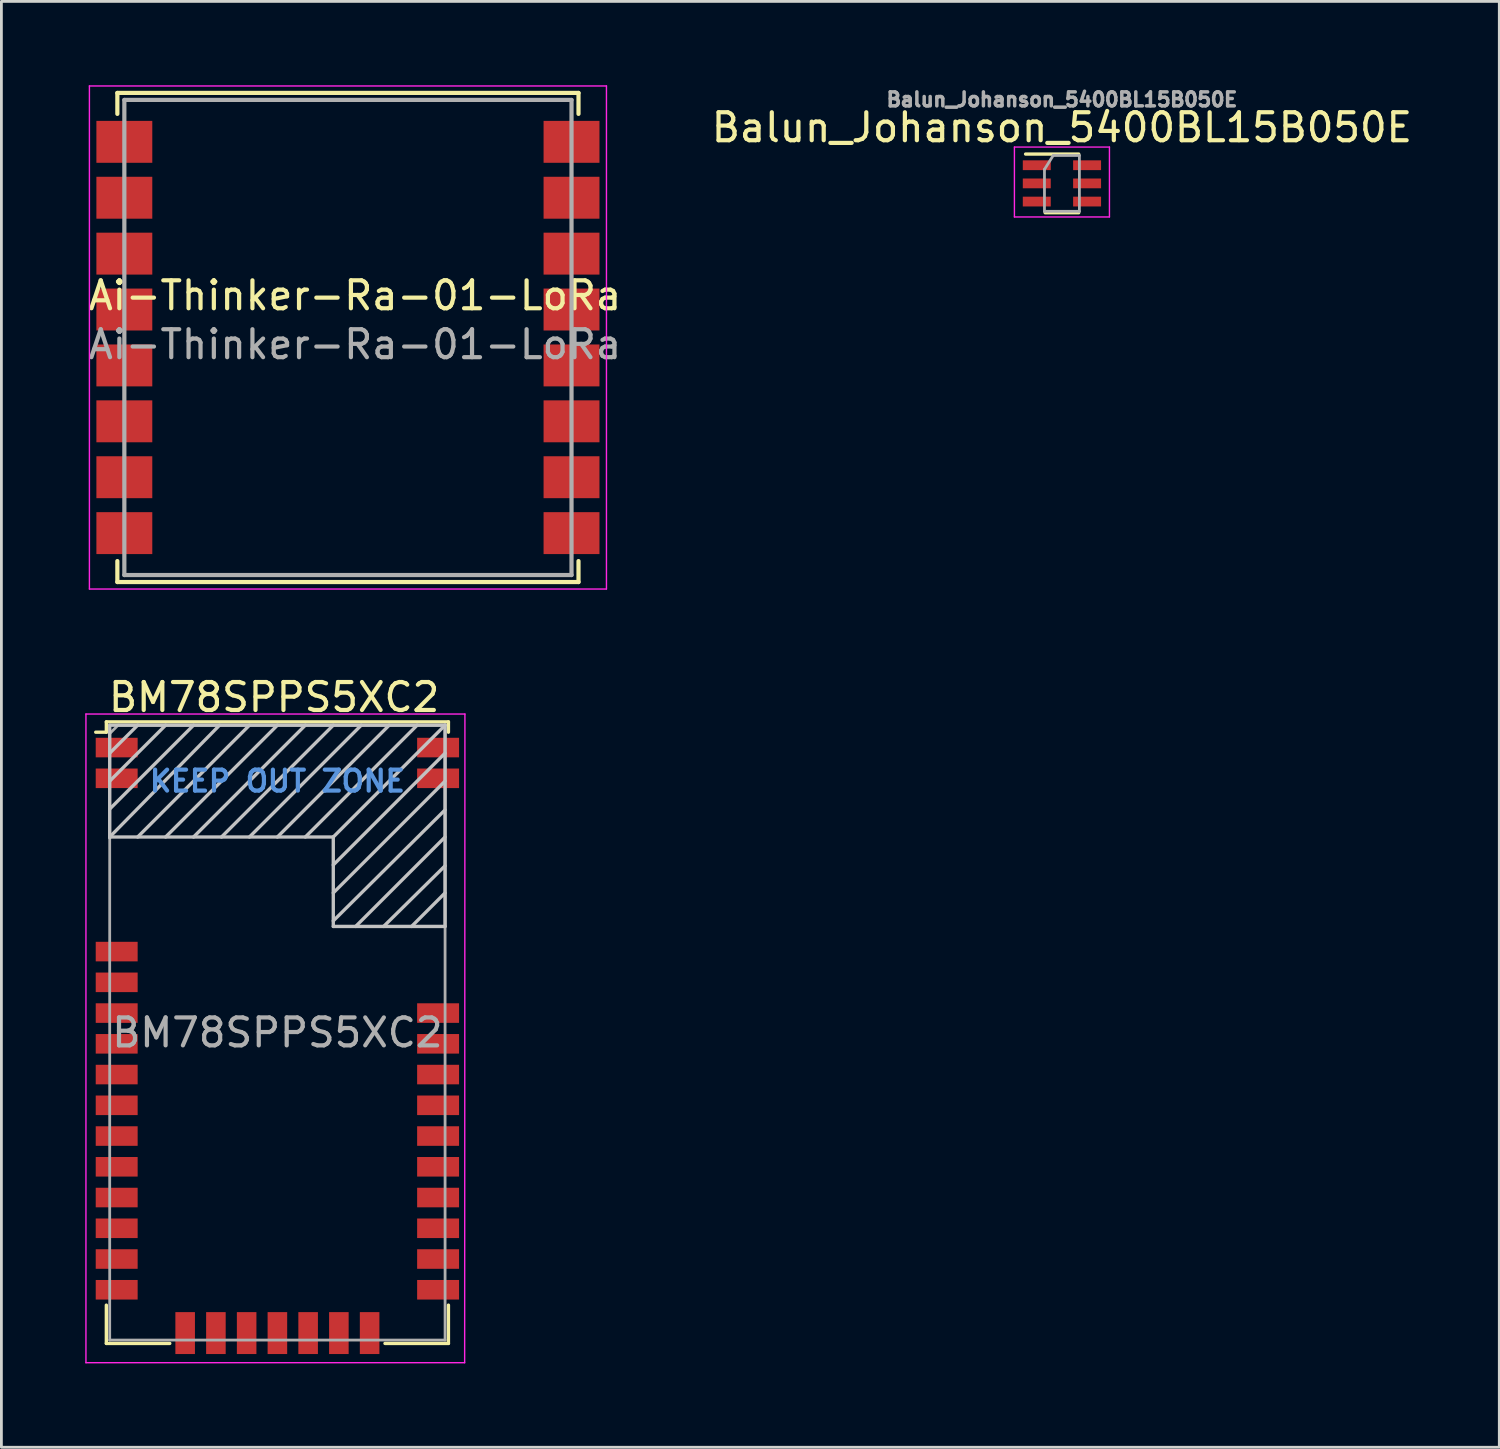
<source format=kicad_pcb>
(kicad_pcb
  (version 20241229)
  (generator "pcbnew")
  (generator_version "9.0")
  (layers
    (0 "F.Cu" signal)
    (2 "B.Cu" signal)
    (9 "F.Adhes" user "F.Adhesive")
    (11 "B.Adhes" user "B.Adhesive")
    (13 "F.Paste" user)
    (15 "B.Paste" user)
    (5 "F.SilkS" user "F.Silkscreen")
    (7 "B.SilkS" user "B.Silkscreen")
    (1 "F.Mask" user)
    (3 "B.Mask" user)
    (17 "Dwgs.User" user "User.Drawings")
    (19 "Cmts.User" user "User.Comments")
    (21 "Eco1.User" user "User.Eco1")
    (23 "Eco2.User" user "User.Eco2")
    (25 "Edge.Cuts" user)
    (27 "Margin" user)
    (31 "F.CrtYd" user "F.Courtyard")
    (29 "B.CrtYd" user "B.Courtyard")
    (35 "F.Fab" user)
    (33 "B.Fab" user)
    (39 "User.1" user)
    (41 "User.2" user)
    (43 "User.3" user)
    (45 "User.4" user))
  (footprint "Ai-Thinker-Ra-01-LoRa"
    (layer "F.Cu")
    (at 1.399 2.025)
    (property "Reference" "Ai-Thinker-Ra-01-LoRa" (at 8.25 5.5 0) (layer "F.SilkS") (effects (font (size 1 1) (thickness 0.15))))
    (attr smd)
    (fp_line (start -0.25 -1.75) (end 16.25 -1.75) (stroke (width 0.15) (type solid)) (layer "F.SilkS"))
    (fp_line (start -0.25 -1) (end -0.25 -1.75) (stroke (width 0.15) (type solid)) (layer "F.SilkS"))
    (fp_line (start -0.25 15) (end -0.25 15.75) (stroke (width 0.15) (type solid)) (layer "F.SilkS"))
    (fp_line (start -0.25 15.75) (end 16.25 15.75) (stroke (width 0.15) (type solid)) (layer "F.SilkS"))
    (fp_line (start 16.25 -1.75) (end 16.25 -1) (stroke (width 0.15) (type solid)) (layer "F.SilkS"))
    (fp_line (start 16.25 15.75) (end 16.25 15) (stroke (width 0.15) (type solid)) (layer "F.SilkS"))
    (fp_line (start -1.25 -2) (end 17.25 -2) (stroke (width 0.05) (type solid)) (layer "F.CrtYd"))
    (fp_line (start -1.25 16) (end -1.25 -2) (stroke (width 0.05) (type solid)) (layer "F.CrtYd"))
    (fp_line (start 17.25 -2) (end 17.25 16) (stroke (width 0.05) (type solid)) (layer "F.CrtYd"))
    (fp_line (start 17.25 16) (end -1.25 16) (stroke (width 0.05) (type solid)) (layer "F.CrtYd"))
    (fp_line (start 0 -1.5) (end 16 -1.5) (stroke (width 0.15) (type solid)) (layer "F.Fab"))
    (fp_line (start 0 15.5) (end 0 -1.5) (stroke (width 0.15) (type solid)) (layer "F.Fab"))
    (fp_line (start 16 -1.5) (end 16 15.5) (stroke (width 0.15) (type solid)) (layer "F.Fab"))
    (fp_line (start 16 15.5) (end 0 15.5) (stroke (width 0.15) (type solid)) (layer "F.Fab"))
    (fp_text user "${REFERENCE}" (at 8.25 7.25 0) (layer "F.Fab") (effects (font (size 1 1) (thickness 0.15))))
    (pad "1" smd rect (at 0 0) (size 2 1.5) (layers "F.Cu" "F.Mask" "F.Paste"))
    (pad "2" smd rect (at 0 2) (size 2 1.5) (layers "F.Cu" "F.Mask" "F.Paste"))
    (pad "3" smd rect (at 0 4) (size 2 1.5) (layers "F.Cu" "F.Mask" "F.Paste"))
    (pad "4" smd rect (at 0 6) (size 2 1.5) (layers "F.Cu" "F.Mask" "F.Paste"))
    (pad "5" smd rect (at 0 8) (size 2 1.5) (layers "F.Cu" "F.Mask" "F.Paste"))
    (pad "6" smd rect (at 0 10) (size 2 1.5) (layers "F.Cu" "F.Mask" "F.Paste"))
    (pad "7" smd rect (at 0 12) (size 2 1.5) (layers "F.Cu" "F.Mask" "F.Paste"))
    (pad "8" smd rect (at 0 14) (size 2 1.5) (layers "F.Cu" "F.Mask" "F.Paste"))
    (pad "9" smd rect (at 16 14) (size 2 1.5) (layers "F.Cu" "F.Mask" "F.Paste"))
    (pad "10" smd rect (at 16 12) (size 2 1.5) (layers "F.Cu" "F.Mask" "F.Paste"))
    (pad "11" smd rect (at 16 10) (size 2 1.5) (layers "F.Cu" "F.Mask" "F.Paste"))
    (pad "12" smd rect (at 16 8) (size 2 1.5) (layers "F.Cu" "F.Mask" "F.Paste"))
    (pad "13" smd rect (at 16 6) (size 2 1.5) (layers "F.Cu" "F.Mask" "F.Paste"))
    (pad "14" smd rect (at 16 4) (size 2 1.5) (layers "F.Cu" "F.Mask" "F.Paste"))
    (pad "15" smd rect (at 16 2) (size 2 1.5) (layers "F.Cu" "F.Mask" "F.Paste"))
    (pad "16" smd rect (at 16 0) (size 2 1.5) (layers "F.Cu" "F.Mask" "F.Paste")))
  (footprint "BM78SPPS5XC2"
    (layer "F.Cu")
    (at 6.875 33.898)
    (property "Reference" "BM78SPPS5XC2" (at -6.12 -12 180) (layer "F.SilkS") (effects (font (size 1 1) (thickness 0.15)) (justify left)))
    (attr smd)
    (fp_line (start -6.12 -11.12) (end -6.12 -10.75) (stroke (width 0.12) (type solid)) (layer "F.SilkS"))
    (fp_line (start -6.12 -11.12) (end 6.12 -11.12) (stroke (width 0.12) (type solid)) (layer "F.SilkS"))
    (fp_line (start -6.12 -10.75) (end -6.5 -10.75) (stroke (width 0.12) (type solid)) (layer "F.SilkS"))
    (fp_line (start -6.12 9.75) (end -6.12 11.12) (stroke (width 0.12) (type solid)) (layer "F.SilkS"))
    (fp_line (start -6.12 11.12) (end -3.85 11.12) (stroke (width 0.12) (type solid)) (layer "F.SilkS"))
    (fp_line (start 6.12 -11.12) (end 6.12 -10.75) (stroke (width 0.12) (type solid)) (layer "F.SilkS"))
    (fp_line (start 6.12 11.12) (end 3.85 11.12) (stroke (width 0.12) (type solid)) (layer "F.SilkS"))
    (fp_line (start 6.12 11.12) (end 6.12 9.75) (stroke (width 0.12) (type solid)) (layer "F.SilkS"))
    (fp_line (start -6 -11) (end -6 -6.97) (stroke (width 0.12) (type solid)) (layer "Dwgs.User"))
    (fp_line (start -6 -7) (end 2 -7) (stroke (width 0.12) (type solid)) (layer "Dwgs.User"))
    (fp_line (start -5 -11) (end -6 -10) (stroke (width 0.12) (type solid)) (layer "Dwgs.User"))
    (fp_line (start -4 -11) (end -6 -9) (stroke (width 0.12) (type solid)) (layer "Dwgs.User"))
    (fp_line (start -3 -11) (end -6 -8) (stroke (width 0.12) (type solid)) (layer "Dwgs.User"))
    (fp_line (start -2.07 -11) (end -6 -7) (stroke (width 0.12) (type solid)) (layer "Dwgs.User"))
    (fp_line (start -1 -11) (end -5 -7) (stroke (width 0.12) (type solid)) (layer "Dwgs.User"))
    (fp_line (start 0 -11) (end -4 -7) (stroke (width 0.12) (type solid)) (layer "Dwgs.User"))
    (fp_line (start 1 -11) (end -3 -7) (stroke (width 0.12) (type solid)) (layer "Dwgs.User"))
    (fp_line (start 2 -11) (end -2 -7) (stroke (width 0.12) (type solid)) (layer "Dwgs.User"))
    (fp_line (start 2 -7) (end 2 -3.8) (stroke (width 0.12) (type solid)) (layer "Dwgs.User"))
    (fp_line (start 2 -6) (end 6 -10) (stroke (width 0.12) (type solid)) (layer "Dwgs.User"))
    (fp_line (start 2 -4) (end 6 -7.97) (stroke (width 0.12) (type solid)) (layer "Dwgs.User"))
    (fp_line (start 2 -3.8) (end 6 -3.8) (stroke (width 0.12) (type solid)) (layer "Dwgs.User"))
    (fp_line (start 3 -11) (end -1 -7) (stroke (width 0.12) (type solid)) (layer "Dwgs.User"))
    (fp_line (start 3.8 -3.8) (end 6 -5.97) (stroke (width 0.12) (type solid)) (layer "Dwgs.User"))
    (fp_line (start 4 -11) (end 0 -7) (stroke (width 0.12) (type solid)) (layer "Dwgs.User"))
    (fp_line (start 5 -11) (end 1 -7) (stroke (width 0.12) (type solid)) (layer "Dwgs.User"))
    (fp_line (start 6 -11) (end -6 -11) (stroke (width 0.12) (type solid)) (layer "Dwgs.User"))
    (fp_line (start 6 -11) (end 2 -7) (stroke (width 0.12) (type solid)) (layer "Dwgs.User"))
    (fp_line (start 6 -9) (end 2 -5) (stroke (width 0.12) (type solid)) (layer "Dwgs.User"))
    (fp_line (start 6 -7) (end 2.8 -3.8) (stroke (width 0.12) (type solid)) (layer "Dwgs.User"))
    (fp_line (start 6 -5) (end 4.8 -3.8) (stroke (width 0.12) (type solid)) (layer "Dwgs.User"))
    (fp_line (start 6 -3.8) (end 6 -11) (stroke (width 0.12) (type solid)) (layer "Dwgs.User"))
    (fp_line (start -6.85 -11.4) (end 6.71 -11.4) (stroke (width 0.05) (type solid)) (layer "F.CrtYd"))
    (fp_line (start -6.85 11.81) (end -6.85 -11.4) (stroke (width 0.05) (type solid)) (layer "F.CrtYd"))
    (fp_line (start 6.7 11.81) (end -6.85 11.81) (stroke (width 0.05) (type solid)) (layer "F.CrtYd"))
    (fp_line (start 6.71 -11.4) (end 6.7 11.81) (stroke (width 0.05) (type solid)) (layer "F.CrtYd"))
    (fp_line (start -6 -10.7) (end -6 11) (stroke (width 0.1) (type solid)) (layer "F.Fab"))
    (fp_line (start -6 11) (end 6 11) (stroke (width 0.1) (type solid)) (layer "F.Fab"))
    (fp_line (start -5.7 -11) (end -6 -10.7) (stroke (width 0.1) (type solid)) (layer "F.Fab"))
    (fp_line (start 6 -11) (end -5.7 -11) (stroke (width 0.1) (type solid)) (layer "F.Fab"))
    (fp_line (start 6 11) (end 6 -11) (stroke (width 0.1) (type solid)) (layer "F.Fab"))
    (fp_text user "KEEP OUT ZONE" (at 0 -9 0) (layer "Cmts.User") (effects (font (size 0.75 0.75) (thickness 0.15))))
    (fp_text user "${REFERENCE}" (at 0 0 0) (layer "F.Fab") (effects (font (size 1 1) (thickness 0.15))))
    (pad "1" smd rect (at -5.75 -10.2 270) (size 0.7 1.5) (layers "F.Cu" "F.Mask" "F.Paste"))
    (pad "2" smd rect (at -5.75 -9.1 270) (size 0.7 1.5) (layers "F.Cu" "F.Mask" "F.Paste"))
    (pad "3" smd rect (at -5.75 -2.9 270) (size 0.7 1.5) (layers "F.Cu" "F.Mask" "F.Paste"))
    (pad "4" smd rect (at -5.75 -1.8 270) (size 0.7 1.5) (layers "F.Cu" "F.Mask" "F.Paste"))
    (pad "5" smd rect (at -5.75 -0.7 270) (size 0.7 1.5) (layers "F.Cu" "F.Mask" "F.Paste"))
    (pad "6" smd rect (at -5.75 0.4 270) (size 0.7 1.5) (layers "F.Cu" "F.Mask" "F.Paste"))
    (pad "7" smd rect (at -5.75 1.5 270) (size 0.7 1.5) (layers "F.Cu" "F.Mask" "F.Paste"))
    (pad "8" smd rect (at -5.75 2.6 270) (size 0.7 1.5) (layers "F.Cu" "F.Mask" "F.Paste"))
    (pad "9" smd rect (at -5.75 3.7 270) (size 0.7 1.5) (layers "F.Cu" "F.Mask" "F.Paste"))
    (pad "10" smd rect (at -5.75 4.8 270) (size 0.7 1.5) (layers "F.Cu" "F.Mask" "F.Paste"))
    (pad "11" smd rect (at -5.75 5.9 270) (size 0.7 1.5) (layers "F.Cu" "F.Mask" "F.Paste"))
    (pad "12" smd rect (at -5.75 7 270) (size 0.7 1.5) (layers "F.Cu" "F.Mask" "F.Paste"))
    (pad "13" smd rect (at -5.75 8.1 270) (size 0.7 1.5) (layers "F.Cu" "F.Mask" "F.Paste"))
    (pad "14" smd rect (at -5.75 9.2 270) (size 0.7 1.5) (layers "F.Cu" "F.Mask" "F.Paste"))
    (pad "15" smd rect (at -3.3 10.75) (size 0.7 1.5) (layers "F.Cu" "F.Mask" "F.Paste"))
    (pad "16" smd rect (at -2.2 10.75) (size 0.7 1.5) (layers "F.Cu" "F.Mask" "F.Paste"))
    (pad "17" smd rect (at -1.1 10.75) (size 0.7 1.5) (layers "F.Cu" "F.Mask" "F.Paste"))
    (pad "18" smd rect (at 0 10.75) (size 0.7 1.5) (layers "F.Cu" "F.Mask" "F.Paste"))
    (pad "19" smd rect (at 1.1 10.75) (size 0.7 1.5) (layers "F.Cu" "F.Mask" "F.Paste"))
    (pad "20" smd rect (at 2.2 10.75) (size 0.7 1.5) (layers "F.Cu" "F.Mask" "F.Paste"))
    (pad "21" smd rect (at 3.3 10.75) (size 0.7 1.5) (layers "F.Cu" "F.Mask" "F.Paste"))
    (pad "22" smd rect (at 5.75 9.2 270) (size 0.7 1.5) (layers "F.Cu" "F.Mask" "F.Paste"))
    (pad "23" smd rect (at 5.75 8.1 270) (size 0.7 1.5) (layers "F.Cu" "F.Mask" "F.Paste"))
    (pad "24" smd rect (at 5.75 7 270) (size 0.7 1.5) (layers "F.Cu" "F.Mask" "F.Paste"))
    (pad "25" smd rect (at 5.75 5.9 270) (size 0.7 1.5) (layers "F.Cu" "F.Mask" "F.Paste"))
    (pad "26" smd rect (at 5.75 4.8 270) (size 0.7 1.5) (layers "F.Cu" "F.Mask" "F.Paste"))
    (pad "27" smd rect (at 5.75 3.7 270) (size 0.7 1.5) (layers "F.Cu" "F.Mask" "F.Paste"))
    (pad "28" smd rect (at 5.75 2.6 270) (size 0.7 1.5) (layers "F.Cu" "F.Mask" "F.Paste"))
    (pad "29" smd rect (at 5.75 1.5 270) (size 0.7 1.5) (layers "F.Cu" "F.Mask" "F.Paste"))
    (pad "30" smd rect (at 5.75 0.4 270) (size 0.7 1.5) (layers "F.Cu" "F.Mask" "F.Paste"))
    (pad "31" smd rect (at 5.75 -0.7 270) (size 0.7 1.5) (layers "F.Cu" "F.Mask" "F.Paste"))
    (pad "32" smd rect (at 5.75 -9.1 270) (size 0.7 1.5) (layers "F.Cu" "F.Mask" "F.Paste"))
    (pad "33" smd rect (at 5.75 -10.2 270) (size 0.7 1.5) (layers "F.Cu" "F.Mask" "F.Paste")))
  (footprint "Balun_Johanson_5400BL15B050E"
    (layer "F.Cu")
    (at 34.946 3.512)
    (property "Reference" "Balun_Johanson_5400BL15B050E" (at 0 -2 0) (layer "F.SilkS") (effects (font (size 1 1) (thickness 0.15))))
    (attr smd)
    (fp_line (start -1.3 -1.05) (end 0.6 -1.05) (stroke (width 0.12) (type solid)) (layer "F.SilkS"))
    (fp_line (start -0.6 1.05) (end 0.6 1.05) (stroke (width 0.12) (type solid)) (layer "F.SilkS"))
    (fp_line (start -1.7 -1.3) (end -1.7 1.2) (stroke (width 0.05) (type solid)) (layer "F.CrtYd"))
    (fp_line (start -1.7 1.2) (end 1.7 1.2) (stroke (width 0.05) (type solid)) (layer "F.CrtYd"))
    (fp_line (start 1.7 -1.3) (end -1.7 -1.3) (stroke (width 0.05) (type solid)) (layer "F.CrtYd"))
    (fp_line (start 1.7 1.2) (end 1.7 -1.3) (stroke (width 0.05) (type solid)) (layer "F.CrtYd"))
    (fp_line (start -0.625 1) (end -0.625 -0.5) (stroke (width 0.1) (type solid)) (layer "F.Fab"))
    (fp_line (start -0.312 -1) (end -0.625 -0.5) (stroke (width 0.1) (type solid)) (layer "F.Fab"))
    (fp_line (start -0.312 -1) (end 0.625 -1) (stroke (width 0.1) (type solid)) (layer "F.Fab"))
    (fp_line (start 0.625 -1) (end 0.625 1) (stroke (width 0.1) (type solid)) (layer "F.Fab"))
    (fp_line (start 0.625 1) (end -0.625 1) (stroke (width 0.1) (type solid)) (layer "F.Fab"))
    (fp_text user "${REFERENCE}" (at 0 -3 0) (layer "F.Fab") (effects (font (size 0.5 0.5) (thickness 0.125))))
    (pad "1" smd rect (at -0.9 -0.65) (size 1 0.35) (layers "F.Cu" "F.Mask" "F.Paste"))
    (pad "2" smd rect (at -0.9 0) (size 1 0.35) (layers "F.Cu" "F.Mask" "F.Paste"))
    (pad "3" smd rect (at -0.9 0.65) (size 1 0.35) (layers "F.Cu" "F.Mask" "F.Paste"))
    (pad "4" smd rect (at 0.9 0.65) (size 1 0.35) (layers "F.Cu" "F.Mask" "F.Paste"))
    (pad "5" smd rect (at 0.9 0) (size 1 0.35) (layers "F.Cu" "F.Mask" "F.Paste"))
    (pad "6" smd rect (at 0.9 -0.65) (size 1 0.35) (layers "F.Cu" "F.Mask" "F.Paste")))
  (gr_rect
    (start -3 -3)
    (end 50.595 48.733)
    (stroke (width 0.1) (type default))
    (fill no)
    (layer "Edge.Cuts")))
</source>
